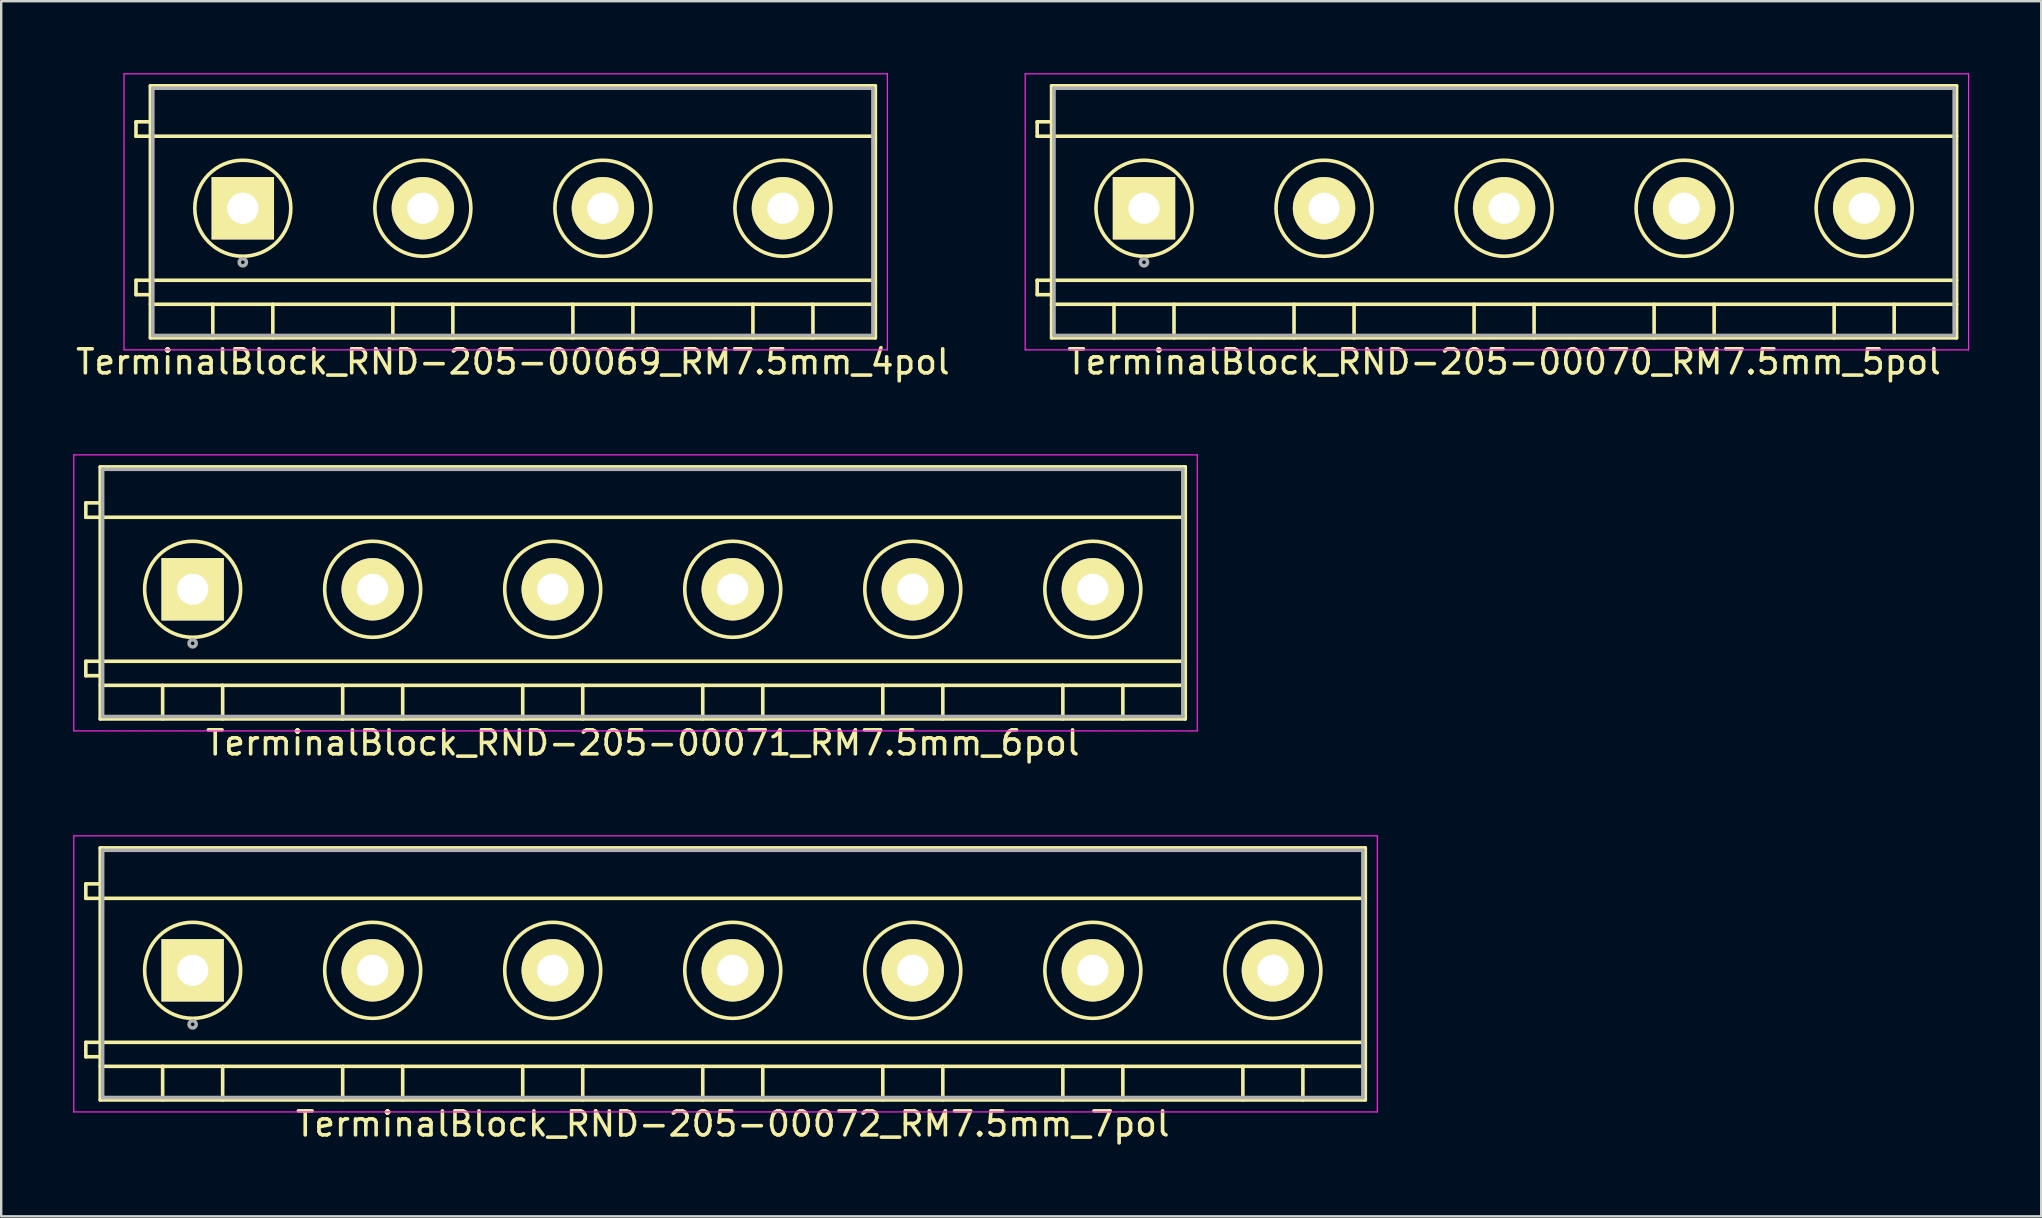
<source format=kicad_pcb>
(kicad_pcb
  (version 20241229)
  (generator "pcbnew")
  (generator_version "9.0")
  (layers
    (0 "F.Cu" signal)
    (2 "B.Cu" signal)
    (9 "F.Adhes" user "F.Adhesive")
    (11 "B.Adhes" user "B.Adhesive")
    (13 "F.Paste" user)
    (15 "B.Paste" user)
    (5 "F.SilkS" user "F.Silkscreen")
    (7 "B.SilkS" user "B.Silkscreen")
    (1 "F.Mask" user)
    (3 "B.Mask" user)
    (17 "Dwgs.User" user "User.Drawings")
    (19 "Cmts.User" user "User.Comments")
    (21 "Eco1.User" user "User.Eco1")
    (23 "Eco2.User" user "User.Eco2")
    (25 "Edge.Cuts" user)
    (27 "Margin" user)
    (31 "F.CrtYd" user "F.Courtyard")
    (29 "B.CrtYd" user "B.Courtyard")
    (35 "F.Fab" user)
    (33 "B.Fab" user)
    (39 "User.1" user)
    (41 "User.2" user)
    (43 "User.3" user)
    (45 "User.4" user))
  (footprint "TerminalBlock_RND-205-00072_RM7.5mm_7pol"
    (layer "F.Cu")
    (at 4.975 37.371)
    (property "Reference" "TerminalBlock_RND-205-00072_RM7.5mm_7pol" (at 22.5 6.4 0) (layer "F.SilkS") (effects (font (size 1 1) (thickness 0.15))))
    (attr through_hole)
    (fp_line (start -4.45 -3.6) (end -4.45 -3) (stroke (width 0.15) (type solid)) (layer "F.SilkS"))
    (fp_line (start -4.45 -3) (end -3.85 -3) (stroke (width 0.15) (type solid)) (layer "F.SilkS"))
    (fp_line (start -4.45 3) (end -4.45 3.6) (stroke (width 0.15) (type solid)) (layer "F.SilkS"))
    (fp_line (start -4.45 3.6) (end -3.85 3.6) (stroke (width 0.15) (type solid)) (layer "F.SilkS"))
    (fp_line (start -3.85 -5.1) (end 48.85 -5.1) (stroke (width 0.15) (type solid)) (layer "F.SilkS"))
    (fp_line (start -3.85 -3.6) (end -4.45 -3.6) (stroke (width 0.15) (type solid)) (layer "F.SilkS"))
    (fp_line (start -3.85 -3) (end 48.85 -3) (stroke (width 0.15) (type solid)) (layer "F.SilkS"))
    (fp_line (start -3.85 3) (end -4.45 3) (stroke (width 0.15) (type solid)) (layer "F.SilkS"))
    (fp_line (start -3.85 3) (end 48.85 3) (stroke (width 0.15) (type solid)) (layer "F.SilkS"))
    (fp_line (start -3.85 4) (end 48.85 4) (stroke (width 0.15) (type solid)) (layer "F.SilkS"))
    (fp_line (start -3.85 5.4) (end -3.85 -5.1) (stroke (width 0.15) (type solid)) (layer "F.SilkS"))
    (fp_line (start -1.25 4) (end -1.25 5.4) (stroke (width 0.15) (type solid)) (layer "F.SilkS"))
    (fp_line (start 1.25 4) (end 1.25 5.4) (stroke (width 0.15) (type solid)) (layer "F.SilkS"))
    (fp_line (start 6.25 4) (end 6.25 5.4) (stroke (width 0.15) (type solid)) (layer "F.SilkS"))
    (fp_line (start 8.75 4) (end 8.75 5.4) (stroke (width 0.15) (type solid)) (layer "F.SilkS"))
    (fp_line (start 13.75 4) (end 13.75 5.4) (stroke (width 0.15) (type solid)) (layer "F.SilkS"))
    (fp_line (start 16.25 4) (end 16.25 5.4) (stroke (width 0.15) (type solid)) (layer "F.SilkS"))
    (fp_line (start 21.25 4) (end 21.25 5.4) (stroke (width 0.15) (type solid)) (layer "F.SilkS"))
    (fp_line (start 23.75 4) (end 23.75 5.4) (stroke (width 0.15) (type solid)) (layer "F.SilkS"))
    (fp_line (start 28.75 4) (end 28.75 5.4) (stroke (width 0.15) (type solid)) (layer "F.SilkS"))
    (fp_line (start 31.25 4) (end 31.25 5.4) (stroke (width 0.15) (type solid)) (layer "F.SilkS"))
    (fp_line (start 36.25 4) (end 36.25 5.4) (stroke (width 0.15) (type solid)) (layer "F.SilkS"))
    (fp_line (start 38.75 4) (end 38.75 5.4) (stroke (width 0.15) (type solid)) (layer "F.SilkS"))
    (fp_line (start 43.75 4) (end 43.75 5.4) (stroke (width 0.15) (type solid)) (layer "F.SilkS"))
    (fp_line (start 46.25 4) (end 46.25 5.4) (stroke (width 0.15) (type solid)) (layer "F.SilkS"))
    (fp_line (start 48.85 -5.1) (end 48.85 5.4) (stroke (width 0.15) (type solid)) (layer "F.SilkS"))
    (fp_line (start 48.85 5.4) (end -3.85 5.4) (stroke (width 0.15) (type solid)) (layer "F.SilkS"))
    (fp_circle (center 0 0) (end -2 0) (stroke (width 0.15) (type solid)) (fill no) (layer "F.SilkS"))
    (fp_circle (center 7.5 0) (end 5.5 0) (stroke (width 0.15) (type solid)) (fill no) (layer "F.SilkS"))
    (fp_circle (center 15 0) (end 13 0) (stroke (width 0.15) (type solid)) (fill no) (layer "F.SilkS"))
    (fp_circle (center 22.5 0) (end 20.5 0) (stroke (width 0.15) (type solid)) (fill no) (layer "F.SilkS"))
    (fp_circle (center 30 0) (end 28 0) (stroke (width 0.15) (type solid)) (fill no) (layer "F.SilkS"))
    (fp_circle (center 37.5 0) (end 35.5 0) (stroke (width 0.15) (type solid)) (fill no) (layer "F.SilkS"))
    (fp_circle (center 45 0) (end 43 0) (stroke (width 0.15) (type solid)) (fill no) (layer "F.SilkS"))
    (fp_line (start -4.95 -5.6) (end 49.35 -5.6) (stroke (width 0.05) (type solid)) (layer "F.CrtYd"))
    (fp_line (start -4.95 5.9) (end -4.95 -5.6) (stroke (width 0.05) (type solid)) (layer "F.CrtYd"))
    (fp_line (start 49.35 -5.6) (end 49.35 5.9) (stroke (width 0.05) (type solid)) (layer "F.CrtYd"))
    (fp_line (start 49.35 5.9) (end -4.95 5.9) (stroke (width 0.05) (type solid)) (layer "F.CrtYd"))
    (fp_line (start -3.75 -5) (end 48.75 -5) (stroke (width 0.15) (type solid)) (layer "F.Fab"))
    (fp_line (start -3.75 5.3) (end -3.75 -5) (stroke (width 0.15) (type solid)) (layer "F.Fab"))
    (fp_line (start 48.75 -5) (end 48.75 5.3) (stroke (width 0.15) (type solid)) (layer "F.Fab"))
    (fp_line (start 48.75 5.3) (end -3.75 5.3) (stroke (width 0.15) (type solid)) (layer "F.Fab"))
    (fp_circle (center 0 2.25) (end -0.15 2.25) (stroke (width 0.15) (type solid)) (fill no) (layer "F.Fab"))
    (pad "1" thru_hole rect (at 0 0) (size 2.6 2.6) (drill 1.3) (layers "*.Cu" "*.Mask" "F.SilkS"))
    (pad "2" thru_hole circle (at 7.5 0) (size 2.6 2.6) (drill 1.3) (layers "*.Cu" "*.Mask" "F.SilkS"))
    (pad "3" thru_hole circle (at 15 0) (size 2.6 2.6) (drill 1.3) (layers "*.Cu" "*.Mask" "F.SilkS"))
    (pad "4" thru_hole circle (at 22.5 0) (size 2.6 2.6) (drill 1.3) (layers "*.Cu" "*.Mask" "F.SilkS"))
    (pad "5" thru_hole circle (at 30 0) (size 2.6 2.6) (drill 1.3) (layers "*.Cu" "*.Mask" "F.SilkS"))
    (pad "6" thru_hole circle (at 37.5 0) (size 2.6 2.6) (drill 1.3) (layers "*.Cu" "*.Mask" "F.SilkS"))
    (pad "7" thru_hole circle (at 45 0) (size 2.6 2.6) (drill 1.3) (layers "*.Cu" "*.Mask" "F.SilkS")))
  (footprint "TerminalBlock_RND-205-00070_RM7.5mm_5pol"
    (layer "F.Cu")
    (at 44.606 5.625)
    (property "Reference" "TerminalBlock_RND-205-00070_RM7.5mm_5pol" (at 15 6.4 0) (layer "F.SilkS") (effects (font (size 1 1) (thickness 0.15))))
    (attr through_hole)
    (fp_line (start -4.45 -3.6) (end -4.45 -3) (stroke (width 0.15) (type solid)) (layer "F.SilkS"))
    (fp_line (start -4.45 -3) (end -3.85 -3) (stroke (width 0.15) (type solid)) (layer "F.SilkS"))
    (fp_line (start -4.45 3) (end -4.45 3.6) (stroke (width 0.15) (type solid)) (layer "F.SilkS"))
    (fp_line (start -4.45 3.6) (end -3.85 3.6) (stroke (width 0.15) (type solid)) (layer "F.SilkS"))
    (fp_line (start -3.85 -5.1) (end 33.85 -5.1) (stroke (width 0.15) (type solid)) (layer "F.SilkS"))
    (fp_line (start -3.85 -3.6) (end -4.45 -3.6) (stroke (width 0.15) (type solid)) (layer "F.SilkS"))
    (fp_line (start -3.85 -3) (end 33.85 -3) (stroke (width 0.15) (type solid)) (layer "F.SilkS"))
    (fp_line (start -3.85 3) (end -4.45 3) (stroke (width 0.15) (type solid)) (layer "F.SilkS"))
    (fp_line (start -3.85 3) (end 33.85 3) (stroke (width 0.15) (type solid)) (layer "F.SilkS"))
    (fp_line (start -3.85 4) (end 33.85 4) (stroke (width 0.15) (type solid)) (layer "F.SilkS"))
    (fp_line (start -3.85 5.4) (end -3.85 -5.1) (stroke (width 0.15) (type solid)) (layer "F.SilkS"))
    (fp_line (start -1.25 4) (end -1.25 5.4) (stroke (width 0.15) (type solid)) (layer "F.SilkS"))
    (fp_line (start 1.25 4) (end 1.25 5.4) (stroke (width 0.15) (type solid)) (layer "F.SilkS"))
    (fp_line (start 6.25 4) (end 6.25 5.4) (stroke (width 0.15) (type solid)) (layer "F.SilkS"))
    (fp_line (start 8.75 4) (end 8.75 5.4) (stroke (width 0.15) (type solid)) (layer "F.SilkS"))
    (fp_line (start 13.75 4) (end 13.75 5.4) (stroke (width 0.15) (type solid)) (layer "F.SilkS"))
    (fp_line (start 16.25 4) (end 16.25 5.4) (stroke (width 0.15) (type solid)) (layer "F.SilkS"))
    (fp_line (start 21.25 4) (end 21.25 5.4) (stroke (width 0.15) (type solid)) (layer "F.SilkS"))
    (fp_line (start 23.75 4) (end 23.75 5.4) (stroke (width 0.15) (type solid)) (layer "F.SilkS"))
    (fp_line (start 28.75 4) (end 28.75 5.4) (stroke (width 0.15) (type solid)) (layer "F.SilkS"))
    (fp_line (start 31.25 4) (end 31.25 5.4) (stroke (width 0.15) (type solid)) (layer "F.SilkS"))
    (fp_line (start 33.85 -5.1) (end 33.85 5.4) (stroke (width 0.15) (type solid)) (layer "F.SilkS"))
    (fp_line (start 33.85 5.4) (end -3.85 5.4) (stroke (width 0.15) (type solid)) (layer "F.SilkS"))
    (fp_circle (center 0 0) (end -2 0) (stroke (width 0.15) (type solid)) (fill no) (layer "F.SilkS"))
    (fp_circle (center 7.5 0) (end 5.5 0) (stroke (width 0.15) (type solid)) (fill no) (layer "F.SilkS"))
    (fp_circle (center 15 0) (end 13 0) (stroke (width 0.15) (type solid)) (fill no) (layer "F.SilkS"))
    (fp_circle (center 22.5 0) (end 20.5 0) (stroke (width 0.15) (type solid)) (fill no) (layer "F.SilkS"))
    (fp_circle (center 30 0) (end 28 0) (stroke (width 0.15) (type solid)) (fill no) (layer "F.SilkS"))
    (fp_line (start -4.95 -5.6) (end 34.35 -5.6) (stroke (width 0.05) (type solid)) (layer "F.CrtYd"))
    (fp_line (start -4.95 5.9) (end -4.95 -5.6) (stroke (width 0.05) (type solid)) (layer "F.CrtYd"))
    (fp_line (start 34.35 -5.6) (end 34.35 5.9) (stroke (width 0.05) (type solid)) (layer "F.CrtYd"))
    (fp_line (start 34.35 5.9) (end -4.95 5.9) (stroke (width 0.05) (type solid)) (layer "F.CrtYd"))
    (fp_line (start -3.75 -5) (end 33.75 -5) (stroke (width 0.15) (type solid)) (layer "F.Fab"))
    (fp_line (start -3.75 5.3) (end -3.75 -5) (stroke (width 0.15) (type solid)) (layer "F.Fab"))
    (fp_line (start 33.75 -5) (end 33.75 5.3) (stroke (width 0.15) (type solid)) (layer "F.Fab"))
    (fp_line (start 33.75 5.3) (end -3.75 5.3) (stroke (width 0.15) (type solid)) (layer "F.Fab"))
    (fp_circle (center 0 2.25) (end -0.15 2.25) (stroke (width 0.15) (type solid)) (fill no) (layer "F.Fab"))
    (pad "1" thru_hole rect (at 0 0) (size 2.6 2.6) (drill 1.3) (layers "*.Cu" "*.Mask" "F.SilkS"))
    (pad "2" thru_hole circle (at 7.5 0) (size 2.6 2.6) (drill 1.3) (layers "*.Cu" "*.Mask" "F.SilkS"))
    (pad "3" thru_hole circle (at 15 0) (size 2.6 2.6) (drill 1.3) (layers "*.Cu" "*.Mask" "F.SilkS"))
    (pad "4" thru_hole circle (at 22.5 0) (size 2.6 2.6) (drill 1.3) (layers "*.Cu" "*.Mask" "F.SilkS"))
    (pad "5" thru_hole circle (at 30 0) (size 2.6 2.6) (drill 1.3) (layers "*.Cu" "*.Mask" "F.SilkS")))
  (footprint "TerminalBlock_RND-205-00069_RM7.5mm_4pol"
    (layer "F.Cu")
    (at 7.065 5.625)
    (property "Reference" "TerminalBlock_RND-205-00069_RM7.5mm_4pol" (at 11.25 6.4 0) (layer "F.SilkS") (effects (font (size 1 1) (thickness 0.15))))
    (attr through_hole)
    (fp_line (start -4.45 -3.6) (end -4.45 -3) (stroke (width 0.15) (type solid)) (layer "F.SilkS"))
    (fp_line (start -4.45 -3) (end -3.85 -3) (stroke (width 0.15) (type solid)) (layer "F.SilkS"))
    (fp_line (start -4.45 3) (end -4.45 3.6) (stroke (width 0.15) (type solid)) (layer "F.SilkS"))
    (fp_line (start -4.45 3.6) (end -3.85 3.6) (stroke (width 0.15) (type solid)) (layer "F.SilkS"))
    (fp_line (start -3.85 -5.1) (end 26.35 -5.1) (stroke (width 0.15) (type solid)) (layer "F.SilkS"))
    (fp_line (start -3.85 -3.6) (end -4.45 -3.6) (stroke (width 0.15) (type solid)) (layer "F.SilkS"))
    (fp_line (start -3.85 -3) (end 26.35 -3) (stroke (width 0.15) (type solid)) (layer "F.SilkS"))
    (fp_line (start -3.85 3) (end -4.45 3) (stroke (width 0.15) (type solid)) (layer "F.SilkS"))
    (fp_line (start -3.85 3) (end 26.35 3) (stroke (width 0.15) (type solid)) (layer "F.SilkS"))
    (fp_line (start -3.85 4) (end 26.35 4) (stroke (width 0.15) (type solid)) (layer "F.SilkS"))
    (fp_line (start -3.85 5.4) (end -3.85 -5.1) (stroke (width 0.15) (type solid)) (layer "F.SilkS"))
    (fp_line (start -1.25 4) (end -1.25 5.4) (stroke (width 0.15) (type solid)) (layer "F.SilkS"))
    (fp_line (start 1.25 4) (end 1.25 5.4) (stroke (width 0.15) (type solid)) (layer "F.SilkS"))
    (fp_line (start 6.25 4) (end 6.25 5.4) (stroke (width 0.15) (type solid)) (layer "F.SilkS"))
    (fp_line (start 8.75 4) (end 8.75 5.4) (stroke (width 0.15) (type solid)) (layer "F.SilkS"))
    (fp_line (start 13.75 4) (end 13.75 5.4) (stroke (width 0.15) (type solid)) (layer "F.SilkS"))
    (fp_line (start 16.25 4) (end 16.25 5.4) (stroke (width 0.15) (type solid)) (layer "F.SilkS"))
    (fp_line (start 21.25 4) (end 21.25 5.4) (stroke (width 0.15) (type solid)) (layer "F.SilkS"))
    (fp_line (start 23.75 4) (end 23.75 5.4) (stroke (width 0.15) (type solid)) (layer "F.SilkS"))
    (fp_line (start 26.35 -5.1) (end 26.35 5.4) (stroke (width 0.15) (type solid)) (layer "F.SilkS"))
    (fp_line (start 26.35 5.4) (end -3.85 5.4) (stroke (width 0.15) (type solid)) (layer "F.SilkS"))
    (fp_circle (center 0 0) (end -2 0) (stroke (width 0.15) (type solid)) (fill no) (layer "F.SilkS"))
    (fp_circle (center 7.5 0) (end 5.5 0) (stroke (width 0.15) (type solid)) (fill no) (layer "F.SilkS"))
    (fp_circle (center 15 0) (end 13 0) (stroke (width 0.15) (type solid)) (fill no) (layer "F.SilkS"))
    (fp_circle (center 22.5 0) (end 20.5 0) (stroke (width 0.15) (type solid)) (fill no) (layer "F.SilkS"))
    (fp_line (start -4.95 -5.6) (end 26.85 -5.6) (stroke (width 0.05) (type solid)) (layer "F.CrtYd"))
    (fp_line (start -4.95 5.9) (end -4.95 -5.6) (stroke (width 0.05) (type solid)) (layer "F.CrtYd"))
    (fp_line (start 26.85 -5.6) (end 26.85 5.9) (stroke (width 0.05) (type solid)) (layer "F.CrtYd"))
    (fp_line (start 26.85 5.9) (end -4.95 5.9) (stroke (width 0.05) (type solid)) (layer "F.CrtYd"))
    (fp_line (start -3.75 -5) (end 26.25 -5) (stroke (width 0.15) (type solid)) (layer "F.Fab"))
    (fp_line (start -3.75 5.3) (end -3.75 -5) (stroke (width 0.15) (type solid)) (layer "F.Fab"))
    (fp_line (start 26.25 -5) (end 26.25 5.3) (stroke (width 0.15) (type solid)) (layer "F.Fab"))
    (fp_line (start 26.25 5.3) (end -3.75 5.3) (stroke (width 0.15) (type solid)) (layer "F.Fab"))
    (fp_circle (center 0 2.25) (end -0.15 2.25) (stroke (width 0.15) (type solid)) (fill no) (layer "F.Fab"))
    (pad "1" thru_hole rect (at 0 0) (size 2.6 2.6) (drill 1.3) (layers "*.Cu" "*.Mask" "F.SilkS"))
    (pad "2" thru_hole circle (at 7.5 0) (size 2.6 2.6) (drill 1.3) (layers "*.Cu" "*.Mask" "F.SilkS"))
    (pad "3" thru_hole circle (at 15 0) (size 2.6 2.6) (drill 1.3) (layers "*.Cu" "*.Mask" "F.SilkS"))
    (pad "4" thru_hole circle (at 22.5 0) (size 2.6 2.6) (drill 1.3) (layers "*.Cu" "*.Mask" "F.SilkS")))
  (footprint "TerminalBlock_RND-205-00071_RM7.5mm_6pol"
    (layer "F.Cu")
    (at 4.975 21.498)
    (property "Reference" "TerminalBlock_RND-205-00071_RM7.5mm_6pol" (at 18.75 6.4 0) (layer "F.SilkS") (effects (font (size 1 1) (thickness 0.15))))
    (attr through_hole)
    (fp_line (start -4.45 -3.6) (end -4.45 -3) (stroke (width 0.15) (type solid)) (layer "F.SilkS"))
    (fp_line (start -4.45 -3) (end -3.85 -3) (stroke (width 0.15) (type solid)) (layer "F.SilkS"))
    (fp_line (start -4.45 3) (end -4.45 3.6) (stroke (width 0.15) (type solid)) (layer "F.SilkS"))
    (fp_line (start -4.45 3.6) (end -3.85 3.6) (stroke (width 0.15) (type solid)) (layer "F.SilkS"))
    (fp_line (start -3.85 -5.1) (end 41.35 -5.1) (stroke (width 0.15) (type solid)) (layer "F.SilkS"))
    (fp_line (start -3.85 -3.6) (end -4.45 -3.6) (stroke (width 0.15) (type solid)) (layer "F.SilkS"))
    (fp_line (start -3.85 -3) (end 41.35 -3) (stroke (width 0.15) (type solid)) (layer "F.SilkS"))
    (fp_line (start -3.85 3) (end -4.45 3) (stroke (width 0.15) (type solid)) (layer "F.SilkS"))
    (fp_line (start -3.85 3) (end 41.35 3) (stroke (width 0.15) (type solid)) (layer "F.SilkS"))
    (fp_line (start -3.85 4) (end 41.35 4) (stroke (width 0.15) (type solid)) (layer "F.SilkS"))
    (fp_line (start -3.85 5.4) (end -3.85 -5.1) (stroke (width 0.15) (type solid)) (layer "F.SilkS"))
    (fp_line (start -1.25 4) (end -1.25 5.4) (stroke (width 0.15) (type solid)) (layer "F.SilkS"))
    (fp_line (start 1.25 4) (end 1.25 5.4) (stroke (width 0.15) (type solid)) (layer "F.SilkS"))
    (fp_line (start 6.25 4) (end 6.25 5.4) (stroke (width 0.15) (type solid)) (layer "F.SilkS"))
    (fp_line (start 8.75 4) (end 8.75 5.4) (stroke (width 0.15) (type solid)) (layer "F.SilkS"))
    (fp_line (start 13.75 4) (end 13.75 5.4) (stroke (width 0.15) (type solid)) (layer "F.SilkS"))
    (fp_line (start 16.25 4) (end 16.25 5.4) (stroke (width 0.15) (type solid)) (layer "F.SilkS"))
    (fp_line (start 21.25 4) (end 21.25 5.4) (stroke (width 0.15) (type solid)) (layer "F.SilkS"))
    (fp_line (start 23.75 4) (end 23.75 5.4) (stroke (width 0.15) (type solid)) (layer "F.SilkS"))
    (fp_line (start 28.75 4) (end 28.75 5.4) (stroke (width 0.15) (type solid)) (layer "F.SilkS"))
    (fp_line (start 31.25 4) (end 31.25 5.4) (stroke (width 0.15) (type solid)) (layer "F.SilkS"))
    (fp_line (start 36.25 4) (end 36.25 5.4) (stroke (width 0.15) (type solid)) (layer "F.SilkS"))
    (fp_line (start 38.75 4) (end 38.75 5.4) (stroke (width 0.15) (type solid)) (layer "F.SilkS"))
    (fp_line (start 41.35 -5.1) (end 41.35 5.4) (stroke (width 0.15) (type solid)) (layer "F.SilkS"))
    (fp_line (start 41.35 5.4) (end -3.85 5.4) (stroke (width 0.15) (type solid)) (layer "F.SilkS"))
    (fp_circle (center 0 0) (end -2 0) (stroke (width 0.15) (type solid)) (fill no) (layer "F.SilkS"))
    (fp_circle (center 7.5 0) (end 5.5 0) (stroke (width 0.15) (type solid)) (fill no) (layer "F.SilkS"))
    (fp_circle (center 15 0) (end 13 0) (stroke (width 0.15) (type solid)) (fill no) (layer "F.SilkS"))
    (fp_circle (center 22.5 0) (end 20.5 0) (stroke (width 0.15) (type solid)) (fill no) (layer "F.SilkS"))
    (fp_circle (center 30 0) (end 28 0) (stroke (width 0.15) (type solid)) (fill no) (layer "F.SilkS"))
    (fp_circle (center 37.5 0) (end 35.5 0) (stroke (width 0.15) (type solid)) (fill no) (layer "F.SilkS"))
    (fp_line (start -4.95 -5.6) (end 41.85 -5.6) (stroke (width 0.05) (type solid)) (layer "F.CrtYd"))
    (fp_line (start -4.95 5.9) (end -4.95 -5.6) (stroke (width 0.05) (type solid)) (layer "F.CrtYd"))
    (fp_line (start 41.85 -5.6) (end 41.85 5.9) (stroke (width 0.05) (type solid)) (layer "F.CrtYd"))
    (fp_line (start 41.85 5.9) (end -4.95 5.9) (stroke (width 0.05) (type solid)) (layer "F.CrtYd"))
    (fp_line (start -3.75 -5) (end 41.25 -5) (stroke (width 0.15) (type solid)) (layer "F.Fab"))
    (fp_line (start -3.75 5.3) (end -3.75 -5) (stroke (width 0.15) (type solid)) (layer "F.Fab"))
    (fp_line (start 41.25 -5) (end 41.25 5.3) (stroke (width 0.15) (type solid)) (layer "F.Fab"))
    (fp_line (start 41.25 5.3) (end -3.75 5.3) (stroke (width 0.15) (type solid)) (layer "F.Fab"))
    (fp_circle (center 0 2.25) (end -0.15 2.25) (stroke (width 0.15) (type solid)) (fill no) (layer "F.Fab"))
    (pad "1" thru_hole rect (at 0 0) (size 2.6 2.6) (drill 1.3) (layers "*.Cu" "*.Mask" "F.SilkS"))
    (pad "2" thru_hole circle (at 7.5 0) (size 2.6 2.6) (drill 1.3) (layers "*.Cu" "*.Mask" "F.SilkS"))
    (pad "3" thru_hole circle (at 15 0) (size 2.6 2.6) (drill 1.3) (layers "*.Cu" "*.Mask" "F.SilkS"))
    (pad "4" thru_hole circle (at 22.5 0) (size 2.6 2.6) (drill 1.3) (layers "*.Cu" "*.Mask" "F.SilkS"))
    (pad "5" thru_hole circle (at 30 0) (size 2.6 2.6) (drill 1.3) (layers "*.Cu" "*.Mask" "F.SilkS"))
    (pad "6" thru_hole circle (at 37.5 0) (size 2.6 2.6) (drill 1.3) (layers "*.Cu" "*.Mask" "F.SilkS")))
  (gr_rect
    (start -3 -3)
    (end 81.981 47.62)
    (stroke (width 0.1) (type default))
    (fill no)
    (layer "Edge.Cuts")))
</source>
